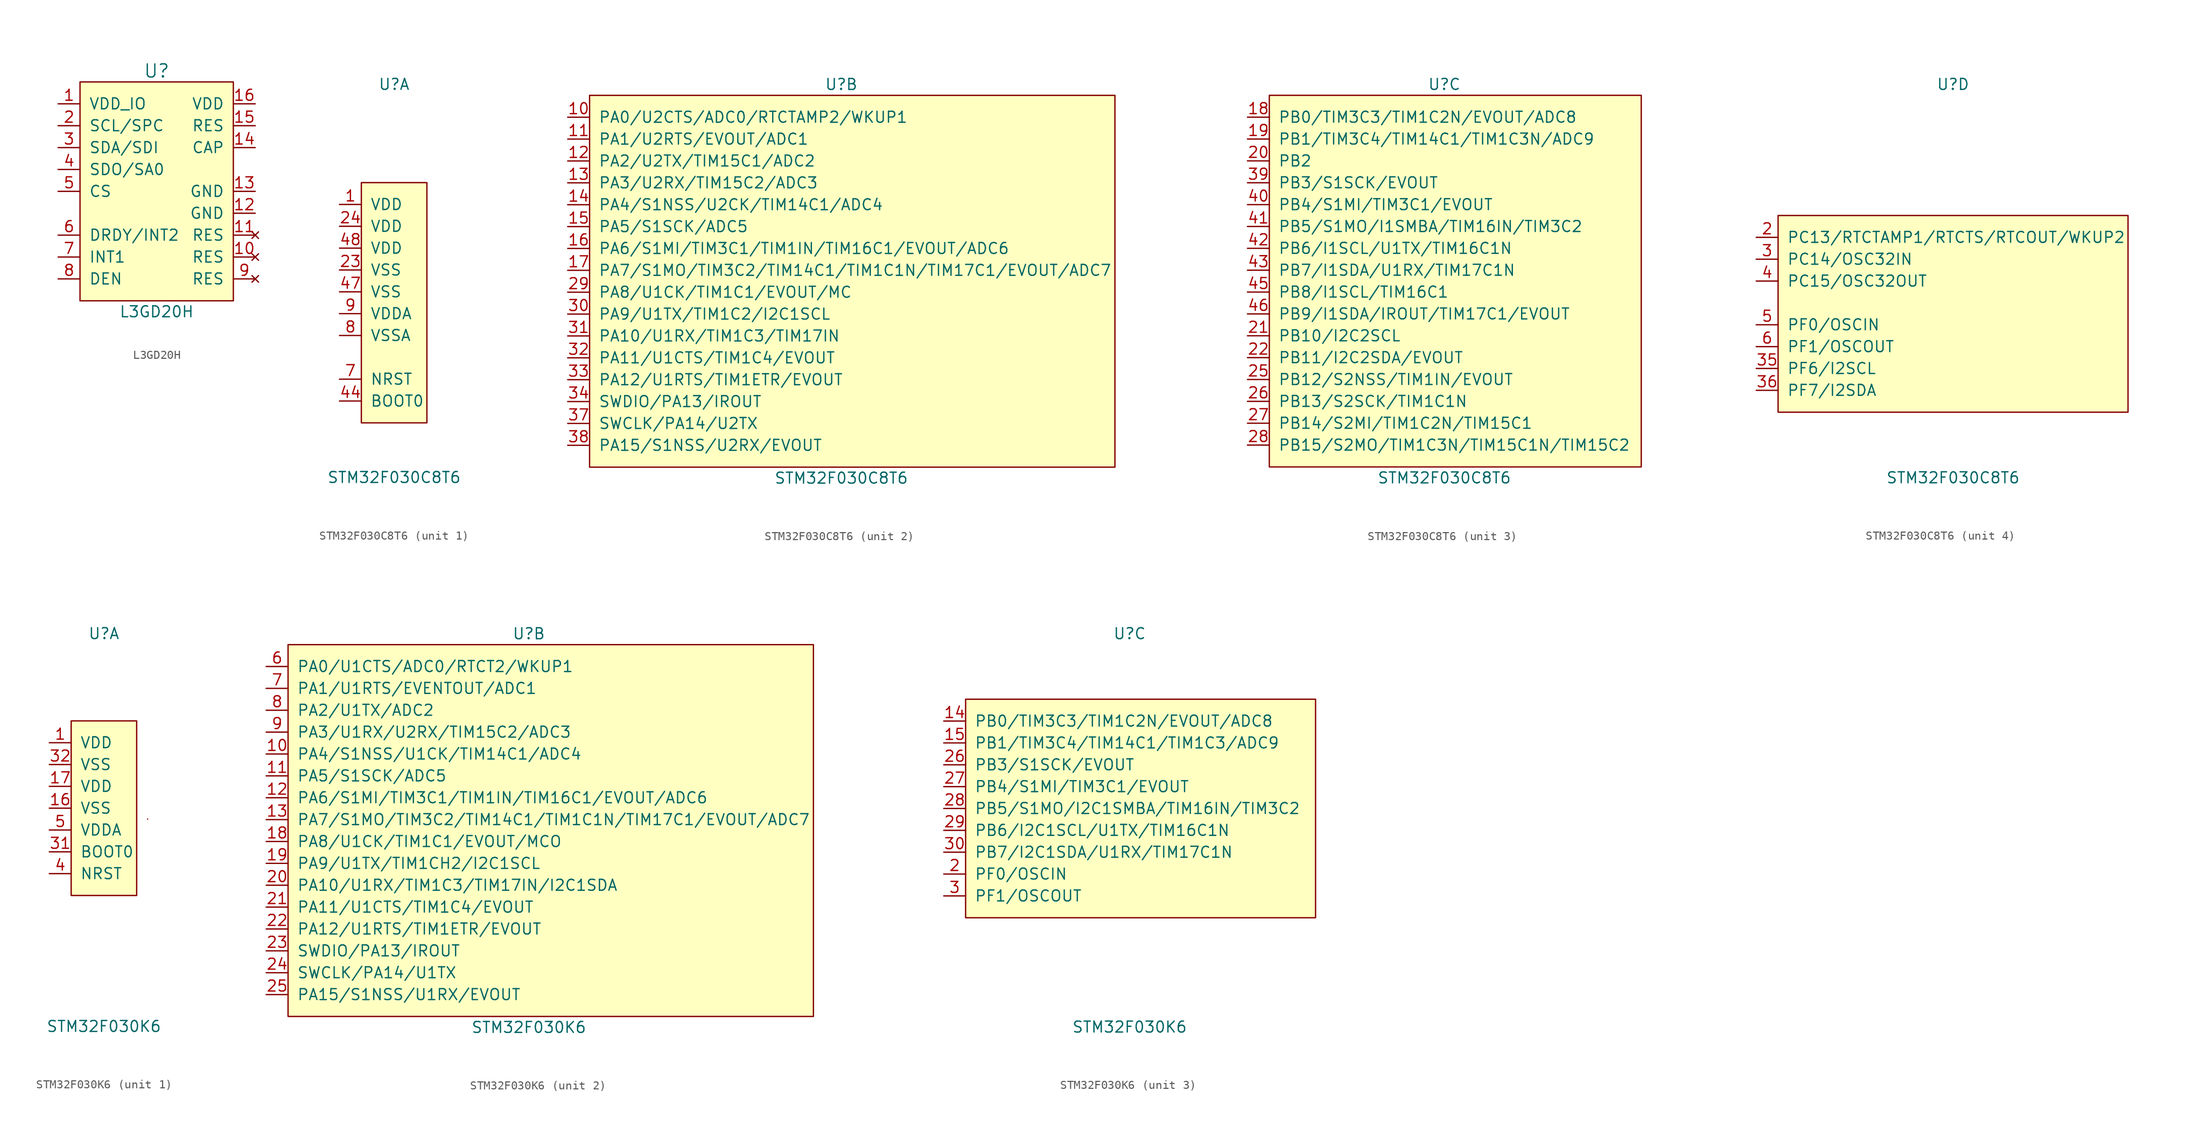
<source format=kicad_sym>
(kicad_symbol_lib
  (version 20211014)
  (generator kicad_symbol_editor)
  (symbol "L3GD20H"
    (pin_names
      (offset 1.016))
    (property "Reference" "U"
      (at 0 13.97 0)
      (effects (font (size 1.524 1.524))))
    (property "Value" "L3GD20H"
      (at 0 -13.97 0)
      (effects (font (size 1.27 1.27))))
    (symbol "L3GD20H_0_1"
      (rectangle (start -8.89 -12.7) (end 8.89 12.7) (stroke (width 0) (type default) (color 0 0 0 0)) (fill (type background))))
    (symbol "L3GD20H_1_1"
      (pin power_in line (at -11.43 10.16 0) (length 2.54) (name "VDD_IO" (effects (font (size 1.27 1.27)))) (number "1" (effects (font (size 1.27 1.27)))))
      (pin no_connect line (at 11.43 -7.62 180) (length 2.54) (name "RES" (effects (font (size 1.27 1.27)))) (number "10" (effects (font (size 1.27 1.27)))))
      (pin no_connect line (at 11.43 -5.08 180) (length 2.54) (name "RES" (effects (font (size 1.27 1.27)))) (number "11" (effects (font (size 1.27 1.27)))))
      (pin power_in line (at 11.43 -2.54 180) (length 2.54) (name "GND" (effects (font (size 1.27 1.27)))) (number "12" (effects (font (size 1.27 1.27)))))
      (pin power_in line (at 11.43 0 180) (length 2.54) (name "GND" (effects (font (size 1.27 1.27)))) (number "13" (effects (font (size 1.27 1.27)))))
      (pin passive line (at 11.43 5.08 180) (length 2.54) (name "CAP" (effects (font (size 1.27 1.27)))) (number "14" (effects (font (size 1.27 1.27)))))
      (pin input line (at 11.43 7.62 180) (length 2.54) (name "RES" (effects (font (size 1.27 1.27)))) (number "15" (effects (font (size 1.27 1.27)))))
      (pin power_in line (at 11.43 10.16 180) (length 2.54) (name "VDD" (effects (font (size 1.27 1.27)))) (number "16" (effects (font (size 1.27 1.27)))))
      (pin input line (at -11.43 7.62 0) (length 2.54) (name "SCL/SPC" (effects (font (size 1.27 1.27)))) (number "2" (effects (font (size 1.27 1.27)))))
      (pin bidirectional line (at -11.43 5.08 0) (length 2.54) (name "SDA/SDI" (effects (font (size 1.27 1.27)))) (number "3" (effects (font (size 1.27 1.27)))))
      (pin bidirectional line (at -11.43 2.54 0) (length 2.54) (name "SDO/SA0" (effects (font (size 1.27 1.27)))) (number "4" (effects (font (size 1.27 1.27)))))
      (pin input line (at -11.43 0 0) (length 2.54) (name "CS" (effects (font (size 1.27 1.27)))) (number "5" (effects (font (size 1.27 1.27)))))
      (pin input line (at -11.43 -5.08 0) (length 2.54) (name "DRDY/INT2" (effects (font (size 1.27 1.27)))) (number "6" (effects (font (size 1.27 1.27)))))
      (pin input line (at -11.43 -7.62 0) (length 2.54) (name "INT1" (effects (font (size 1.27 1.27)))) (number "7" (effects (font (size 1.27 1.27)))))
      (pin input line (at -11.43 -10.16 0) (length 2.54) (name "DEN" (effects (font (size 1.27 1.27)))) (number "8" (effects (font (size 1.27 1.27)))))
      (pin no_connect line (at 11.43 -10.16 180) (length 2.54) (name "RES" (effects (font (size 1.27 1.27)))) (number "9" (effects (font (size 1.27 1.27)))))))
  (symbol "STM32F030C8T6"
    (pin_names
      (offset 1.016))
    (property "Reference" "U"
      (at 0 22.86 0)
      (effects (font (size 1.27 1.27))))
    (property "Value" "STM32F030C8T6"
      (at 0 -22.86 0)
      (effects (font (size 1.27 1.27))))
    (property "ki_locked" ""
      (at 0 0 0)
      (effects (font (size 1.27 1.27))))
    (symbol "STM32F030C8T6_1_1"
      (rectangle (start -3.81 11.43) (end 3.81 -16.51) (stroke (width 0) (type default) (color 0 0 0 0)) (fill (type background)))
      (pin power_in line (at -6.35 8.89 0) (length 2.54) (name "VDD" (effects (font (size 1.27 1.27)))) (number "1" (effects (font (size 1.27 1.27)))))
      (pin power_in line (at -6.35 1.27 0) (length 2.54) (name "VSS" (effects (font (size 1.27 1.27)))) (number "23" (effects (font (size 1.27 1.27)))))
      (pin power_in line (at -6.35 6.35 0) (length 2.54) (name "VDD" (effects (font (size 1.27 1.27)))) (number "24" (effects (font (size 1.27 1.27)))))
      (pin input line (at -6.35 -13.97 0) (length 2.54) (name "BOOT0" (effects (font (size 1.27 1.27)))) (number "44" (effects (font (size 1.27 1.27)))))
      (pin power_in line (at -6.35 -1.27 0) (length 2.54) (name "VSS" (effects (font (size 1.27 1.27)))) (number "47" (effects (font (size 1.27 1.27)))))
      (pin power_in line (at -6.35 3.81 0) (length 2.54) (name "VDD" (effects (font (size 1.27 1.27)))) (number "48" (effects (font (size 1.27 1.27)))))
      (pin input line (at -6.35 -11.43 0) (length 2.54) (name "NRST" (effects (font (size 1.27 1.27)))) (number "7" (effects (font (size 1.27 1.27)))))
      (pin power_in line (at -6.35 -6.35 0) (length 2.54) (name "VSSA" (effects (font (size 1.27 1.27)))) (number "8" (effects (font (size 1.27 1.27)))))
      (pin power_in line (at -6.35 -3.81 0) (length 2.54) (name "VDDA" (effects (font (size 1.27 1.27)))) (number "9" (effects (font (size 1.27 1.27))))))
    (symbol "STM32F030C8T6_2_1"
      (rectangle (start -29.21 21.59) (end 31.75 -21.59) (stroke (width 0) (type default) (color 0 0 0 0)) (fill (type background)))
      (pin bidirectional line (at -31.75 19.05 0) (length 2.54) (name "PA0/U2CTS/ADC0/RTCTAMP2/WKUP1" (effects (font (size 1.27 1.27)))) (number "10" (effects (font (size 1.27 1.27)))))
      (pin bidirectional line (at -31.75 16.51 0) (length 2.54) (name "PA1/U2RTS/EVOUT/ADC1" (effects (font (size 1.27 1.27)))) (number "11" (effects (font (size 1.27 1.27)))))
      (pin bidirectional line (at -31.75 13.97 0) (length 2.54) (name "PA2/U2TX/TIM15C1/ADC2" (effects (font (size 1.27 1.27)))) (number "12" (effects (font (size 1.27 1.27)))))
      (pin bidirectional line (at -31.75 11.43 0) (length 2.54) (name "PA3/U2RX/TIM15C2/ADC3" (effects (font (size 1.27 1.27)))) (number "13" (effects (font (size 1.27 1.27)))))
      (pin bidirectional line (at -31.75 8.89 0) (length 2.54) (name "PA4/S1NSS/U2CK/TIM14C1/ADC4" (effects (font (size 1.27 1.27)))) (number "14" (effects (font (size 1.27 1.27)))))
      (pin bidirectional line (at -31.75 6.35 0) (length 2.54) (name "PA5/S1SCK/ADC5" (effects (font (size 1.27 1.27)))) (number "15" (effects (font (size 1.27 1.27)))))
      (pin bidirectional line (at -31.75 3.81 0) (length 2.54) (name "PA6/S1MI/TIM3C1/TIM1IN/TIM16C1/EVOUT/ADC6" (effects (font (size 1.27 1.27)))) (number "16" (effects (font (size 1.27 1.27)))))
      (pin bidirectional line (at -31.75 1.27 0) (length 2.54) (name "PA7/S1MO/TIM3C2/TIM14C1/TIM1C1N/TIM17C1/EVOUT/ADC7" (effects (font (size 1.27 1.27)))) (number "17" (effects (font (size 1.27 1.27)))))
      (pin bidirectional line (at -31.75 -1.27 0) (length 2.54) (name "PA8/U1CK/TIM1C1/EVOUT/MC" (effects (font (size 1.27 1.27)))) (number "29" (effects (font (size 1.27 1.27)))))
      (pin bidirectional line (at -31.75 -3.81 0) (length 2.54) (name "PA9/U1TX/TIM1C2/I2C1SCL" (effects (font (size 1.27 1.27)))) (number "30" (effects (font (size 1.27 1.27)))))
      (pin bidirectional line (at -31.75 -6.35 0) (length 2.54) (name "PA10/U1RX/TIM1C3/TIM17IN" (effects (font (size 1.27 1.27)))) (number "31" (effects (font (size 1.27 1.27)))))
      (pin bidirectional line (at -31.75 -8.89 0) (length 2.54) (name "PA11/U1CTS/TIM1C4/EVOUT" (effects (font (size 1.27 1.27)))) (number "32" (effects (font (size 1.27 1.27)))))
      (pin bidirectional line (at -31.75 -11.43 0) (length 2.54) (name "PA12/U1RTS/TIM1ETR/EVOUT" (effects (font (size 1.27 1.27)))) (number "33" (effects (font (size 1.27 1.27)))))
      (pin bidirectional line (at -31.75 -13.97 0) (length 2.54) (name "SWDIO/PA13/IROUT" (effects (font (size 1.27 1.27)))) (number "34" (effects (font (size 1.27 1.27)))))
      (pin bidirectional line (at -31.75 -16.51 0) (length 2.54) (name "SWCLK/PA14/U2TX" (effects (font (size 1.27 1.27)))) (number "37" (effects (font (size 1.27 1.27)))))
      (pin bidirectional line (at -31.75 -19.05 0) (length 2.54) (name "PA15/S1NSS/U2RX/EVOUT" (effects (font (size 1.27 1.27)))) (number "38" (effects (font (size 1.27 1.27))))))
    (symbol "STM32F030C8T6_3_1"
      (rectangle (start -20.32 21.59) (end 22.86 -21.59) (stroke (width 0) (type default) (color 0 0 0 0)) (fill (type background)))
      (pin bidirectional line (at -22.86 19.05 0) (length 2.54) (name "PB0/TIM3C3/TIM1C2N/EVOUT/ADC8" (effects (font (size 1.27 1.27)))) (number "18" (effects (font (size 1.27 1.27)))))
      (pin bidirectional line (at -22.86 16.51 0) (length 2.54) (name "PB1/TIM3C4/TIM14C1/TIM1C3N/ADC9" (effects (font (size 1.27 1.27)))) (number "19" (effects (font (size 1.27 1.27)))))
      (pin bidirectional line (at -22.86 13.97 0) (length 2.54) (name "PB2" (effects (font (size 1.27 1.27)))) (number "20" (effects (font (size 1.27 1.27)))))
      (pin bidirectional line (at -22.86 -6.35 0) (length 2.54) (name "PB10/I2C2SCL" (effects (font (size 1.27 1.27)))) (number "21" (effects (font (size 1.27 1.27)))))
      (pin bidirectional line (at -22.86 -8.89 0) (length 2.54) (name "PB11/I2C2SDA/EVOUT" (effects (font (size 1.27 1.27)))) (number "22" (effects (font (size 1.27 1.27)))))
      (pin bidirectional line (at -22.86 -11.43 0) (length 2.54) (name "PB12/S2NSS/TIM1IN/EVOUT" (effects (font (size 1.27 1.27)))) (number "25" (effects (font (size 1.27 1.27)))))
      (pin bidirectional line (at -22.86 -13.97 0) (length 2.54) (name "PB13/S2SCK/TIM1C1N" (effects (font (size 1.27 1.27)))) (number "26" (effects (font (size 1.27 1.27)))))
      (pin bidirectional line (at -22.86 -16.51 0) (length 2.54) (name "PB14/S2MI/TIM1C2N/TIM15C1" (effects (font (size 1.27 1.27)))) (number "27" (effects (font (size 1.27 1.27)))))
      (pin bidirectional line (at -22.86 -19.05 0) (length 2.54) (name "PB15/S2MO/TIM1C3N/TIM15C1N/TIM15C2" (effects (font (size 1.27 1.27)))) (number "28" (effects (font (size 1.27 1.27)))))
      (pin bidirectional line (at -22.86 11.43 0) (length 2.54) (name "PB3/S1SCK/EVOUT" (effects (font (size 1.27 1.27)))) (number "39" (effects (font (size 1.27 1.27)))))
      (pin bidirectional line (at -22.86 8.89 0) (length 2.54) (name "PB4/S1MI/TIM3C1/EVOUT" (effects (font (size 1.27 1.27)))) (number "40" (effects (font (size 1.27 1.27)))))
      (pin bidirectional line (at -22.86 6.35 0) (length 2.54) (name "PB5/S1MO/I1SMBA/TIM16IN/TIM3C2" (effects (font (size 1.27 1.27)))) (number "41" (effects (font (size 1.27 1.27)))))
      (pin bidirectional line (at -22.86 3.81 0) (length 2.54) (name "PB6/I1SCL/U1TX/TIM16C1N" (effects (font (size 1.27 1.27)))) (number "42" (effects (font (size 1.27 1.27)))))
      (pin bidirectional line (at -22.86 1.27 0) (length 2.54) (name "PB7/I1SDA/U1RX/TIM17C1N" (effects (font (size 1.27 1.27)))) (number "43" (effects (font (size 1.27 1.27)))))
      (pin bidirectional line (at -22.86 -1.27 0) (length 2.54) (name "PB8/I1SCL/TIM16C1" (effects (font (size 1.27 1.27)))) (number "45" (effects (font (size 1.27 1.27)))))
      (pin bidirectional line (at -22.86 -3.81 0) (length 2.54) (name "PB9/I1SDA/IROUT/TIM17C1/EVOUT" (effects (font (size 1.27 1.27)))) (number "46" (effects (font (size 1.27 1.27))))))
    (symbol "STM32F030C8T6_4_1"
      (rectangle (start -20.32 7.62) (end 20.32 -15.24) (stroke (width 0) (type default) (color 0 0 0 0)) (fill (type background)))
      (pin bidirectional line (at -22.86 5.08 0) (length 2.54) (name "PC13/RTCTAMP1/RTCTS/RTCOUT/WKUP2" (effects (font (size 1.27 1.27)))) (number "2" (effects (font (size 1.27 1.27)))))
      (pin bidirectional line (at -22.86 2.54 0) (length 2.54) (name "PC14/OSC32IN" (effects (font (size 1.27 1.27)))) (number "3" (effects (font (size 1.27 1.27)))))
      (pin bidirectional line (at -22.86 -10.16 0) (length 2.54) (name "PF6/I2SCL" (effects (font (size 1.27 1.27)))) (number "35" (effects (font (size 1.27 1.27)))))
      (pin bidirectional line (at -22.86 -12.7 0) (length 2.54) (name "PF7/I2SDA" (effects (font (size 1.27 1.27)))) (number "36" (effects (font (size 1.27 1.27)))))
      (pin bidirectional line (at -22.86 0 0) (length 2.54) (name "PC15/OSC32OUT" (effects (font (size 1.27 1.27)))) (number "4" (effects (font (size 1.27 1.27)))))
      (pin bidirectional line (at -22.86 -5.08 0) (length 2.54) (name "PF0/OSCIN" (effects (font (size 1.27 1.27)))) (number "5" (effects (font (size 1.27 1.27)))))
      (pin bidirectional line (at -22.86 -7.62 0) (length 2.54) (name "PF1/OSCOUT" (effects (font (size 1.27 1.27)))) (number "6" (effects (font (size 1.27 1.27)))))))
  (symbol "STM32F030K6"
    (pin_names
      (offset 1.016))
    (property "Reference" "U"
      (at 0 20.32 0)
      (effects (font (size 1.27 1.27))))
    (property "Value" "STM32F030K6"
      (at 0 -25.4 0)
      (effects (font (size 1.27 1.27))))
    (property "ki_locked" ""
      (at 0 0 0)
      (effects (font (size 1.27 1.27))))
    (symbol "STM32F030K6_1_1"
      (rectangle (start -3.81 10.16) (end 3.81 -10.16) (stroke (width 0) (type default) (color 0 0 0 0)) (fill (type background)))
      (rectangle (start 5.08 -1.27) (end 5.08 -1.27) (stroke (width 0) (type default) (color 0 0 0 0)) (fill (type none)))
      (pin power_in line (at -6.35 7.62 0) (length 2.54) (name "VDD" (effects (font (size 1.27 1.27)))) (number "1" (effects (font (size 1.27 1.27)))))
      (pin power_in line (at -6.35 0 0) (length 2.54) (name "VSS" (effects (font (size 1.27 1.27)))) (number "16" (effects (font (size 1.27 1.27)))))
      (pin power_in line (at -6.35 2.54 0) (length 2.54) (name "VDD" (effects (font (size 1.27 1.27)))) (number "17" (effects (font (size 1.27 1.27)))))
      (pin input line (at -6.35 -5.08 0) (length 2.54) (name "BOOT0" (effects (font (size 1.27 1.27)))) (number "31" (effects (font (size 1.27 1.27)))))
      (pin power_in line (at -6.35 5.08 0) (length 2.54) (name "VSS" (effects (font (size 1.27 1.27)))) (number "32" (effects (font (size 1.27 1.27)))))
      (pin input line (at -6.35 -7.62 0) (length 2.54) (name "NRST" (effects (font (size 1.27 1.27)))) (number "4" (effects (font (size 1.27 1.27)))))
      (pin power_in line (at -6.35 -2.54 0) (length 2.54) (name "VDDA" (effects (font (size 1.27 1.27)))) (number "5" (effects (font (size 1.27 1.27))))))
    (symbol "STM32F030K6_2_1"
      (rectangle (start -27.94 19.05) (end 33.02 -24.13) (stroke (width 0) (type default) (color 0 0 0 0)) (fill (type background)))
      (pin bidirectional line (at -30.48 6.35 0) (length 2.54) (name "PA4/S1NSS/U1CK/TIM14C1/ADC4" (effects (font (size 1.27 1.27)))) (number "10" (effects (font (size 1.27 1.27)))))
      (pin bidirectional line (at -30.48 3.81 0) (length 2.54) (name "PA5/S1SCK/ADC5" (effects (font (size 1.27 1.27)))) (number "11" (effects (font (size 1.27 1.27)))))
      (pin bidirectional line (at -30.48 1.27 0) (length 2.54) (name "PA6/S1MI/TIM3C1/TIM1IN/TIM16C1/EVOUT/ADC6" (effects (font (size 1.27 1.27)))) (number "12" (effects (font (size 1.27 1.27)))))
      (pin bidirectional line (at -30.48 -1.27 0) (length 2.54) (name "PA7/S1MO/TIM3C2/TIM14C1/TIM1C1N/TIM17C1/EVOUT/ADC7" (effects (font (size 1.27 1.27)))) (number "13" (effects (font (size 1.27 1.27)))))
      (pin bidirectional line (at -30.48 -3.81 0) (length 2.54) (name "PA8/U1CK/TIM1C1/EVOUT/MCO" (effects (font (size 1.27 1.27)))) (number "18" (effects (font (size 1.27 1.27)))))
      (pin bidirectional line (at -30.48 -6.35 0) (length 2.54) (name "PA9/U1TX/TIM1CH2/I2C1SCL" (effects (font (size 1.27 1.27)))) (number "19" (effects (font (size 1.27 1.27)))))
      (pin bidirectional line (at -30.48 -8.89 0) (length 2.54) (name "PA10/U1RX/TIM1C3/TIM17IN/I2C1SDA" (effects (font (size 1.27 1.27)))) (number "20" (effects (font (size 1.27 1.27)))))
      (pin bidirectional line (at -30.48 -11.43 0) (length 2.54) (name "PA11/U1CTS/TIM1C4/EVOUT" (effects (font (size 1.27 1.27)))) (number "21" (effects (font (size 1.27 1.27)))))
      (pin bidirectional line (at -30.48 -13.97 0) (length 2.54) (name "PA12/U1RTS/TIM1ETR/EVOUT" (effects (font (size 1.27 1.27)))) (number "22" (effects (font (size 1.27 1.27)))))
      (pin bidirectional line (at -30.48 -16.51 0) (length 2.54) (name "SWDIO/PA13/IROUT" (effects (font (size 1.27 1.27)))) (number "23" (effects (font (size 1.27 1.27)))))
      (pin bidirectional line (at -30.48 -19.05 0) (length 2.54) (name "SWCLK/PA14/U1TX" (effects (font (size 1.27 1.27)))) (number "24" (effects (font (size 1.27 1.27)))))
      (pin bidirectional line (at -30.48 -21.59 0) (length 2.54) (name "PA15/S1NSS/U1RX/EVOUT" (effects (font (size 1.27 1.27)))) (number "25" (effects (font (size 1.27 1.27)))))
      (pin bidirectional line (at -30.48 16.51 0) (length 2.54) (name "PA0/U1CTS/ADC0/RTCT2/WKUP1" (effects (font (size 1.27 1.27)))) (number "6" (effects (font (size 1.27 1.27)))))
      (pin bidirectional line (at -30.48 13.97 0) (length 2.54) (name "PA1/U1RTS/EVENTOUT/ADC1" (effects (font (size 1.27 1.27)))) (number "7" (effects (font (size 1.27 1.27)))))
      (pin bidirectional line (at -30.48 11.43 0) (length 2.54) (name "PA2/U1TX/ADC2" (effects (font (size 1.27 1.27)))) (number "8" (effects (font (size 1.27 1.27)))))
      (pin bidirectional line (at -30.48 8.89 0) (length 2.54) (name "PA3/U1RX/U2RX/TIM15C2/ADC3" (effects (font (size 1.27 1.27)))) (number "9" (effects (font (size 1.27 1.27))))))
    (symbol "STM32F030K6_3_1"
      (rectangle (start -19.05 12.7) (end 21.59 -12.7) (stroke (width 0) (type default) (color 0 0 0 0)) (fill (type background)))
      (pin bidirectional line (at -21.59 10.16 0) (length 2.54) (name "PB0/TIM3C3/TIM1C2N/EVOUT/ADC8" (effects (font (size 1.27 1.27)))) (number "14" (effects (font (size 1.27 1.27)))))
      (pin bidirectional line (at -21.59 7.62 0) (length 2.54) (name "PB1/TIM3C4/TIM14C1/TIM1C3/ADC9" (effects (font (size 1.27 1.27)))) (number "15" (effects (font (size 1.27 1.27)))))
      (pin bidirectional line (at -21.59 -7.62 0) (length 2.54) (name "PF0/OSCIN" (effects (font (size 1.27 1.27)))) (number "2" (effects (font (size 1.27 1.27)))))
      (pin bidirectional line (at -21.59 5.08 0) (length 2.54) (name "PB3/S1SCK/EVOUT" (effects (font (size 1.27 1.27)))) (number "26" (effects (font (size 1.27 1.27)))))
      (pin bidirectional line (at -21.59 2.54 0) (length 2.54) (name "PB4/S1MI/TIM3C1/EVOUT" (effects (font (size 1.27 1.27)))) (number "27" (effects (font (size 1.27 1.27)))))
      (pin bidirectional line (at -21.59 0 0) (length 2.54) (name "PB5/S1MO/I2C1SMBA/TIM16IN/TIM3C2" (effects (font (size 1.27 1.27)))) (number "28" (effects (font (size 1.27 1.27)))))
      (pin bidirectional line (at -21.59 -2.54 0) (length 2.54) (name "PB6/I2C1SCL/U1TX/TIM16C1N" (effects (font (size 1.27 1.27)))) (number "29" (effects (font (size 1.27 1.27)))))
      (pin bidirectional line (at -21.59 -10.16 0) (length 2.54) (name "PF1/OSCOUT" (effects (font (size 1.27 1.27)))) (number "3" (effects (font (size 1.27 1.27)))))
      (pin bidirectional line (at -21.59 -5.08 0) (length 2.54) (name "PB7/I2C1SDA/U1RX/TIM17C1N" (effects (font (size 1.27 1.27)))) (number "30" (effects (font (size 1.27 1.27))))))))
</source>
